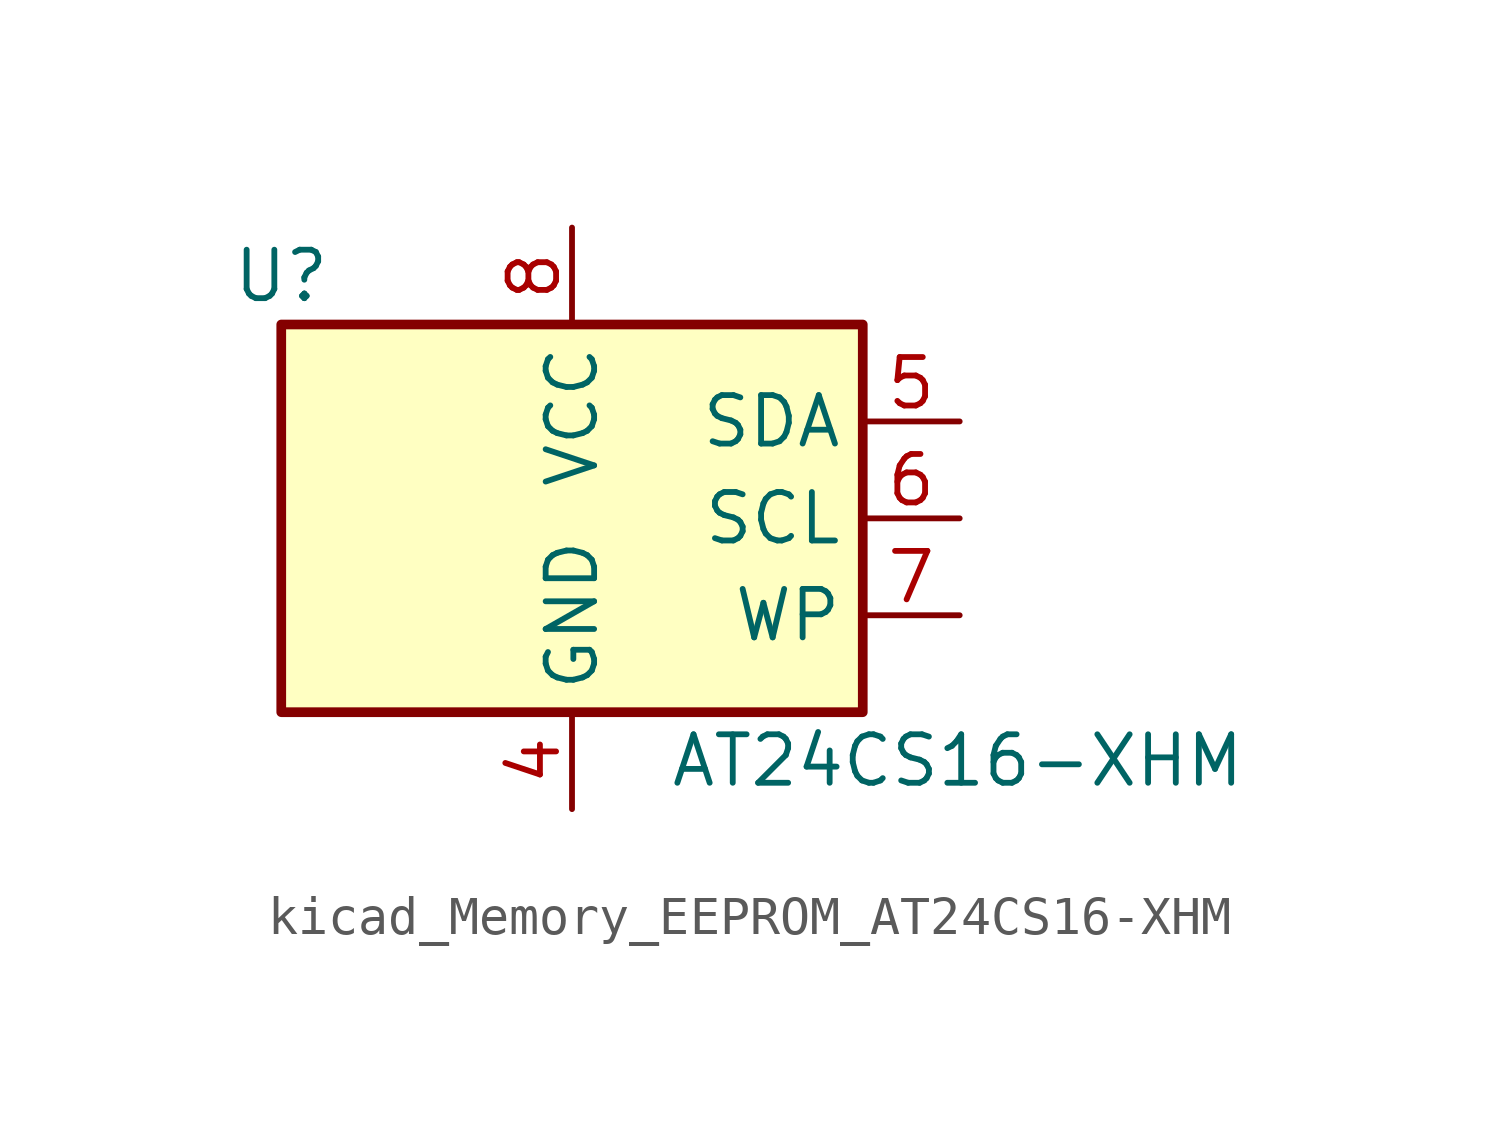
<source format=kicad_sym>
(kicad_symbol_lib
  (version 20220914)
  (generator kicad_symbol_editor)
  (symbol "kicad_Memory_EEPROM_AT24CS16-XHM"
    (property "Reference" "U"
      (at -7.62 6.35 0)
      (effects (font (size 1.27 1.27))))
    (property "Value" "AT24CS16-XHM"
      (at 2.54 -6.35 0)
      (effects (font (size 1.27 1.27)) (justify left)))
    (symbol "kicad_Memory_EEPROM_AT24CS16-XHM_1_1"
      (rectangle (start -7.62 5.08) (end 7.62 -5.08) (stroke (width 0.254) (type default)) (fill (type background)))
      (pin no_connect line (at -7.62 2.54 0) (length 2.54) hide (name "NC" (effects (font (size 1.27 1.27)))) (number "1" (effects (font (size 1.27 1.27)))))
      (pin no_connect line (at -7.62 0 0) (length 2.54) hide (name "NC" (effects (font (size 1.27 1.27)))) (number "2" (effects (font (size 1.27 1.27)))))
      (pin no_connect line (at -7.62 -2.54 0) (length 2.54) hide (name "NC" (effects (font (size 1.27 1.27)))) (number "3" (effects (font (size 1.27 1.27)))))
      (pin power_in line (at 0 -7.62 90) (length 2.54) (name "GND" (effects (font (size 1.27 1.27)))) (number "4" (effects (font (size 1.27 1.27)))))
      (pin bidirectional line (at 10.16 2.54 180) (length 2.54) (name "SDA" (effects (font (size 1.27 1.27)))) (number "5" (effects (font (size 1.27 1.27)))))
      (pin input line (at 10.16 0 180) (length 2.54) (name "SCL" (effects (font (size 1.27 1.27)))) (number "6" (effects (font (size 1.27 1.27)))))
      (pin input line (at 10.16 -2.54 180) (length 2.54) (name "WP" (effects (font (size 1.27 1.27)))) (number "7" (effects (font (size 1.27 1.27)))))
      (pin power_in line (at 0 7.62 270) (length 2.54) (name "VCC" (effects (font (size 1.27 1.27)))) (number "8" (effects (font (size 1.27 1.27))))))))
</source>
